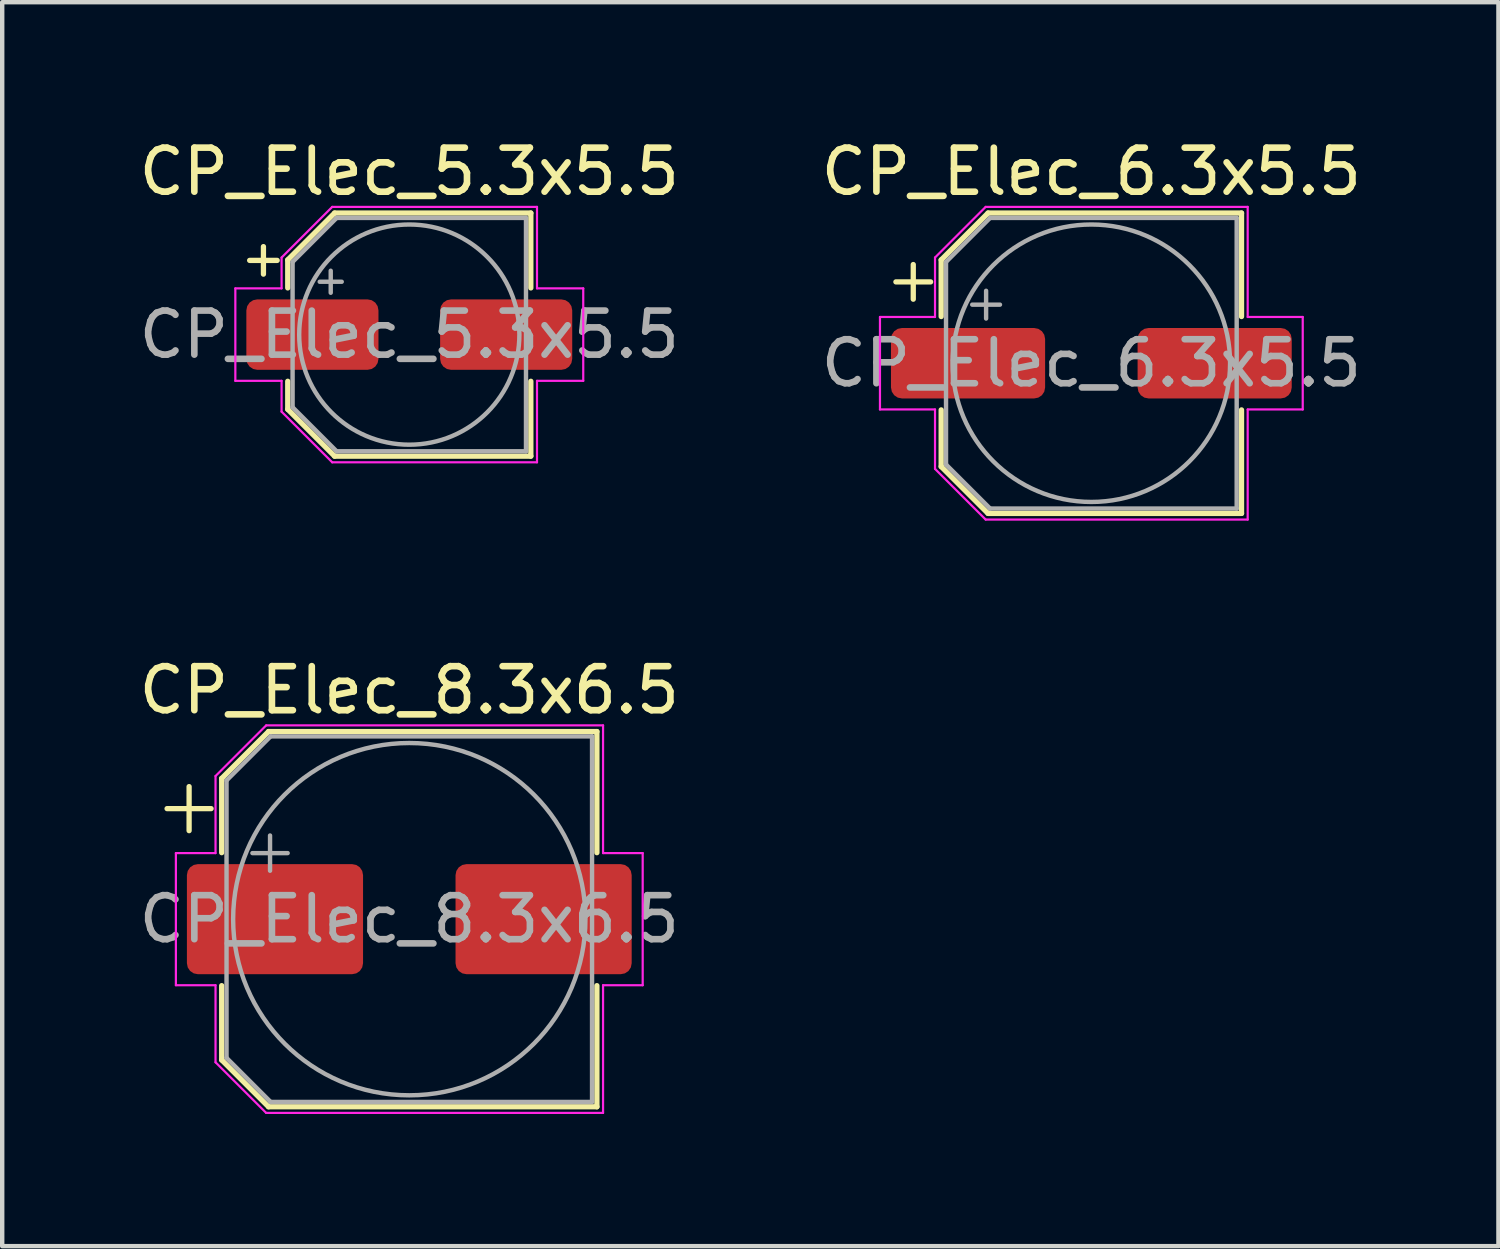
<source format=kicad_pcb>
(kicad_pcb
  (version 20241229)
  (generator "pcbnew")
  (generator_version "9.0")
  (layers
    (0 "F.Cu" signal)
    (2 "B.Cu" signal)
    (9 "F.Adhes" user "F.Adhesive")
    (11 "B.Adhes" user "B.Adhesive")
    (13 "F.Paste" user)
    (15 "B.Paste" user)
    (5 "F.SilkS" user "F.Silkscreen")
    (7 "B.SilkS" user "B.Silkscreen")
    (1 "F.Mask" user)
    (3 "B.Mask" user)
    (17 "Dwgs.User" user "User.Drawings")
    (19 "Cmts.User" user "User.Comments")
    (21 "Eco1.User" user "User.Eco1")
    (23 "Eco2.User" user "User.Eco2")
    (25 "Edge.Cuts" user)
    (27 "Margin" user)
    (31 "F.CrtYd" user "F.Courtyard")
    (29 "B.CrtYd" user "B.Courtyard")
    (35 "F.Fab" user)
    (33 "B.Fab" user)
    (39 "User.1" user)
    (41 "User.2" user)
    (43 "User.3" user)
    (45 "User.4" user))
  (footprint "CP_Elec_5.3x5.5"
    (layer "F.Cu")
    (at 6.244 4.548)
    (property "Reference" "CP_Elec_5.3x5.5" (at 0 -3.7 0) (layer "F.SilkS") (effects (font (size 1 1) (thickness 0.15))))
    (attr smd)
    (fp_line (start -3.625 -1.685) (end -3 -1.685) (stroke (width 0.12) (type solid)) (layer "F.SilkS"))
    (fp_line (start -3.312 -1.998) (end -3.312 -1.373) (stroke (width 0.12) (type solid)) (layer "F.SilkS"))
    (fp_line (start -2.76 -1.696) (end -2.76 -1.06) (stroke (width 0.12) (type solid)) (layer "F.SilkS"))
    (fp_line (start -2.76 -1.696) (end -1.696 -2.76) (stroke (width 0.12) (type solid)) (layer "F.SilkS"))
    (fp_line (start -2.76 1.696) (end -2.76 1.06) (stroke (width 0.12) (type solid)) (layer "F.SilkS"))
    (fp_line (start -2.76 1.696) (end -1.696 2.76) (stroke (width 0.12) (type solid)) (layer "F.SilkS"))
    (fp_line (start -1.696 -2.76) (end 2.76 -2.76) (stroke (width 0.12) (type solid)) (layer "F.SilkS"))
    (fp_line (start -1.696 2.76) (end 2.76 2.76) (stroke (width 0.12) (type solid)) (layer "F.SilkS"))
    (fp_line (start 2.76 -2.76) (end 2.76 -1.06) (stroke (width 0.12) (type solid)) (layer "F.SilkS"))
    (fp_line (start 2.76 2.76) (end 2.76 1.06) (stroke (width 0.12) (type solid)) (layer "F.SilkS"))
    (fp_line (start -3.95 -1.05) (end -3.95 1.05) (stroke (width 0.05) (type solid)) (layer "F.CrtYd"))
    (fp_line (start -3.95 1.05) (end -2.9 1.05) (stroke (width 0.05) (type solid)) (layer "F.CrtYd"))
    (fp_line (start -2.9 -1.75) (end -2.9 -1.05) (stroke (width 0.05) (type solid)) (layer "F.CrtYd"))
    (fp_line (start -2.9 -1.75) (end -1.75 -2.9) (stroke (width 0.05) (type solid)) (layer "F.CrtYd"))
    (fp_line (start -2.9 -1.05) (end -3.95 -1.05) (stroke (width 0.05) (type solid)) (layer "F.CrtYd"))
    (fp_line (start -2.9 1.05) (end -2.9 1.75) (stroke (width 0.05) (type solid)) (layer "F.CrtYd"))
    (fp_line (start -2.9 1.75) (end -1.75 2.9) (stroke (width 0.05) (type solid)) (layer "F.CrtYd"))
    (fp_line (start -1.75 -2.9) (end 2.9 -2.9) (stroke (width 0.05) (type solid)) (layer "F.CrtYd"))
    (fp_line (start -1.75 2.9) (end 2.9 2.9) (stroke (width 0.05) (type solid)) (layer "F.CrtYd"))
    (fp_line (start 2.9 -2.9) (end 2.9 -1.05) (stroke (width 0.05) (type solid)) (layer "F.CrtYd"))
    (fp_line (start 2.9 -1.05) (end 3.95 -1.05) (stroke (width 0.05) (type solid)) (layer "F.CrtYd"))
    (fp_line (start 2.9 1.05) (end 2.9 2.9) (stroke (width 0.05) (type solid)) (layer "F.CrtYd"))
    (fp_line (start 3.95 -1.05) (end 3.95 1.05) (stroke (width 0.05) (type solid)) (layer "F.CrtYd"))
    (fp_line (start 3.95 1.05) (end 2.9 1.05) (stroke (width 0.05) (type solid)) (layer "F.CrtYd"))
    (fp_line (start -2.65 -1.65) (end -2.65 1.65) (stroke (width 0.1) (type solid)) (layer "F.Fab"))
    (fp_line (start -2.65 -1.65) (end -1.65 -2.65) (stroke (width 0.1) (type solid)) (layer "F.Fab"))
    (fp_line (start -2.65 1.65) (end -1.65 2.65) (stroke (width 0.1) (type solid)) (layer "F.Fab"))
    (fp_line (start -2.034 -1.2) (end -1.534 -1.2) (stroke (width 0.1) (type solid)) (layer "F.Fab"))
    (fp_line (start -1.784 -1.45) (end -1.784 -0.95) (stroke (width 0.1) (type solid)) (layer "F.Fab"))
    (fp_line (start -1.65 -2.65) (end 2.65 -2.65) (stroke (width 0.1) (type solid)) (layer "F.Fab"))
    (fp_line (start -1.65 2.65) (end 2.65 2.65) (stroke (width 0.1) (type solid)) (layer "F.Fab"))
    (fp_line (start 2.65 -2.65) (end 2.65 2.65) (stroke (width 0.1) (type solid)) (layer "F.Fab"))
    (fp_circle (center 0 0) (end 2.5 0) (stroke (width 0.1) (type solid)) (fill no) (layer "F.Fab"))
    (fp_text user "${REFERENCE}" (at 0 0 0) (layer "F.Fab") (effects (font (size 1 1) (thickness 0.15))))
    (pad "1" smd roundrect (at -2.2 0) (size 3 1.6) (layers "F.Cu" "F.Mask" "F.Paste") (roundrect_rratio 0.156))
    (pad "2" smd roundrect (at 2.2 0) (size 3 1.6) (layers "F.Cu" "F.Mask" "F.Paste") (roundrect_rratio 0.156)))
  (footprint "CP_Elec_6.3x5.5"
    (layer "F.Cu")
    (at 21.732 5.198)
    (property "Reference" "CP_Elec_6.3x5.5" (at 0 -4.35 0) (layer "F.SilkS") (effects (font (size 1 1) (thickness 0.15))))
    (attr smd)
    (fp_line (start -4.438 -1.847) (end -3.65 -1.847) (stroke (width 0.12) (type solid)) (layer "F.SilkS"))
    (fp_line (start -4.044 -2.241) (end -4.044 -1.454) (stroke (width 0.12) (type solid)) (layer "F.SilkS"))
    (fp_line (start -3.41 -2.346) (end -3.41 -1.06) (stroke (width 0.12) (type solid)) (layer "F.SilkS"))
    (fp_line (start -3.41 -2.346) (end -2.346 -3.41) (stroke (width 0.12) (type solid)) (layer "F.SilkS"))
    (fp_line (start -3.41 2.346) (end -3.41 1.06) (stroke (width 0.12) (type solid)) (layer "F.SilkS"))
    (fp_line (start -3.41 2.346) (end -2.346 3.41) (stroke (width 0.12) (type solid)) (layer "F.SilkS"))
    (fp_line (start -2.346 -3.41) (end 3.41 -3.41) (stroke (width 0.12) (type solid)) (layer "F.SilkS"))
    (fp_line (start -2.346 3.41) (end 3.41 3.41) (stroke (width 0.12) (type solid)) (layer "F.SilkS"))
    (fp_line (start 3.41 -3.41) (end 3.41 -1.06) (stroke (width 0.12) (type solid)) (layer "F.SilkS"))
    (fp_line (start 3.41 3.41) (end 3.41 1.06) (stroke (width 0.12) (type solid)) (layer "F.SilkS"))
    (fp_line (start -4.8 -1.05) (end -4.8 1.05) (stroke (width 0.05) (type solid)) (layer "F.CrtYd"))
    (fp_line (start -4.8 1.05) (end -3.55 1.05) (stroke (width 0.05) (type solid)) (layer "F.CrtYd"))
    (fp_line (start -3.55 -2.4) (end -3.55 -1.05) (stroke (width 0.05) (type solid)) (layer "F.CrtYd"))
    (fp_line (start -3.55 -2.4) (end -2.4 -3.55) (stroke (width 0.05) (type solid)) (layer "F.CrtYd"))
    (fp_line (start -3.55 -1.05) (end -4.8 -1.05) (stroke (width 0.05) (type solid)) (layer "F.CrtYd"))
    (fp_line (start -3.55 1.05) (end -3.55 2.4) (stroke (width 0.05) (type solid)) (layer "F.CrtYd"))
    (fp_line (start -3.55 2.4) (end -2.4 3.55) (stroke (width 0.05) (type solid)) (layer "F.CrtYd"))
    (fp_line (start -2.4 -3.55) (end 3.55 -3.55) (stroke (width 0.05) (type solid)) (layer "F.CrtYd"))
    (fp_line (start -2.4 3.55) (end 3.55 3.55) (stroke (width 0.05) (type solid)) (layer "F.CrtYd"))
    (fp_line (start 3.55 -3.55) (end 3.55 -1.05) (stroke (width 0.05) (type solid)) (layer "F.CrtYd"))
    (fp_line (start 3.55 -1.05) (end 4.8 -1.05) (stroke (width 0.05) (type solid)) (layer "F.CrtYd"))
    (fp_line (start 3.55 1.05) (end 3.55 3.55) (stroke (width 0.05) (type solid)) (layer "F.CrtYd"))
    (fp_line (start 4.8 -1.05) (end 4.8 1.05) (stroke (width 0.05) (type solid)) (layer "F.CrtYd"))
    (fp_line (start 4.8 1.05) (end 3.55 1.05) (stroke (width 0.05) (type solid)) (layer "F.CrtYd"))
    (fp_line (start -3.3 -2.3) (end -3.3 2.3) (stroke (width 0.1) (type solid)) (layer "F.Fab"))
    (fp_line (start -3.3 -2.3) (end -2.3 -3.3) (stroke (width 0.1) (type solid)) (layer "F.Fab"))
    (fp_line (start -3.3 2.3) (end -2.3 3.3) (stroke (width 0.1) (type solid)) (layer "F.Fab"))
    (fp_line (start -2.705 -1.33) (end -2.075 -1.33) (stroke (width 0.1) (type solid)) (layer "F.Fab"))
    (fp_line (start -2.39 -1.645) (end -2.39 -1.015) (stroke (width 0.1) (type solid)) (layer "F.Fab"))
    (fp_line (start -2.3 -3.3) (end 3.3 -3.3) (stroke (width 0.1) (type solid)) (layer "F.Fab"))
    (fp_line (start -2.3 3.3) (end 3.3 3.3) (stroke (width 0.1) (type solid)) (layer "F.Fab"))
    (fp_line (start 3.3 -3.3) (end 3.3 3.3) (stroke (width 0.1) (type solid)) (layer "F.Fab"))
    (fp_circle (center 0 0) (end 3.15 0) (stroke (width 0.1) (type solid)) (fill no) (layer "F.Fab"))
    (fp_text user "${REFERENCE}" (at 0 0 0) (layer "F.Fab") (effects (font (size 1 1) (thickness 0.15))))
    (pad "1" smd roundrect (at -2.8 0) (size 3.5 1.6) (layers "F.Cu" "F.Mask" "F.Paste") (roundrect_rratio 0.156))
    (pad "2" smd roundrect (at 2.8 0) (size 3.5 1.6) (layers "F.Cu" "F.Mask" "F.Paste") (roundrect_rratio 0.156)))
  (footprint "CP_Elec_8.3x6.5"
    (layer "F.Cu")
    (at 6.244 17.822)
    (property "Reference" "CP_Elec_8.3x6.5" (at 0 -5.2 0) (layer "F.SilkS") (effects (font (size 1 1) (thickness 0.15))))
    (attr smd)
    (fp_line (start -5.5 -2.51) (end -4.5 -2.51) (stroke (width 0.12) (type solid)) (layer "F.SilkS"))
    (fp_line (start -5 -3.01) (end -5 -2.01) (stroke (width 0.12) (type solid)) (layer "F.SilkS"))
    (fp_line (start -4.26 -3.196) (end -4.26 -1.51) (stroke (width 0.12) (type solid)) (layer "F.SilkS"))
    (fp_line (start -4.26 -3.196) (end -3.196 -4.26) (stroke (width 0.12) (type solid)) (layer "F.SilkS"))
    (fp_line (start -4.26 3.196) (end -4.26 1.51) (stroke (width 0.12) (type solid)) (layer "F.SilkS"))
    (fp_line (start -4.26 3.196) (end -3.196 4.26) (stroke (width 0.12) (type solid)) (layer "F.SilkS"))
    (fp_line (start -3.196 -4.26) (end 4.26 -4.26) (stroke (width 0.12) (type solid)) (layer "F.SilkS"))
    (fp_line (start -3.196 4.26) (end 4.26 4.26) (stroke (width 0.12) (type solid)) (layer "F.SilkS"))
    (fp_line (start 4.26 -4.26) (end 4.26 -1.51) (stroke (width 0.12) (type solid)) (layer "F.SilkS"))
    (fp_line (start 4.26 4.26) (end 4.26 1.51) (stroke (width 0.12) (type solid)) (layer "F.SilkS"))
    (fp_line (start -5.3 -1.5) (end -5.3 1.5) (stroke (width 0.05) (type solid)) (layer "F.CrtYd"))
    (fp_line (start -5.3 1.5) (end -4.4 1.5) (stroke (width 0.05) (type solid)) (layer "F.CrtYd"))
    (fp_line (start -4.4 -3.25) (end -4.4 -1.5) (stroke (width 0.05) (type solid)) (layer "F.CrtYd"))
    (fp_line (start -4.4 -3.25) (end -3.25 -4.4) (stroke (width 0.05) (type solid)) (layer "F.CrtYd"))
    (fp_line (start -4.4 -1.5) (end -5.3 -1.5) (stroke (width 0.05) (type solid)) (layer "F.CrtYd"))
    (fp_line (start -4.4 1.5) (end -4.4 3.25) (stroke (width 0.05) (type solid)) (layer "F.CrtYd"))
    (fp_line (start -4.4 3.25) (end -3.25 4.4) (stroke (width 0.05) (type solid)) (layer "F.CrtYd"))
    (fp_line (start -3.25 -4.4) (end 4.4 -4.4) (stroke (width 0.05) (type solid)) (layer "F.CrtYd"))
    (fp_line (start -3.25 4.4) (end 4.4 4.4) (stroke (width 0.05) (type solid)) (layer "F.CrtYd"))
    (fp_line (start 4.4 -4.4) (end 4.4 -1.5) (stroke (width 0.05) (type solid)) (layer "F.CrtYd"))
    (fp_line (start 4.4 -1.5) (end 5.3 -1.5) (stroke (width 0.05) (type solid)) (layer "F.CrtYd"))
    (fp_line (start 4.4 1.5) (end 4.4 4.4) (stroke (width 0.05) (type solid)) (layer "F.CrtYd"))
    (fp_line (start 5.3 -1.5) (end 5.3 1.5) (stroke (width 0.05) (type solid)) (layer "F.CrtYd"))
    (fp_line (start 5.3 1.5) (end 4.4 1.5) (stroke (width 0.05) (type solid)) (layer "F.CrtYd"))
    (fp_line (start -4.15 -3.15) (end -4.15 3.15) (stroke (width 0.1) (type solid)) (layer "F.Fab"))
    (fp_line (start -4.15 -3.15) (end -3.15 -4.15) (stroke (width 0.1) (type solid)) (layer "F.Fab"))
    (fp_line (start -4.15 3.15) (end -3.15 4.15) (stroke (width 0.1) (type solid)) (layer "F.Fab"))
    (fp_line (start -3.562 -1.5) (end -2.762 -1.5) (stroke (width 0.1) (type solid)) (layer "F.Fab"))
    (fp_line (start -3.162 -1.9) (end -3.162 -1.1) (stroke (width 0.1) (type solid)) (layer "F.Fab"))
    (fp_line (start -3.15 -4.15) (end 4.15 -4.15) (stroke (width 0.1) (type solid)) (layer "F.Fab"))
    (fp_line (start -3.15 4.15) (end 4.15 4.15) (stroke (width 0.1) (type solid)) (layer "F.Fab"))
    (fp_line (start 4.15 -4.15) (end 4.15 4.15) (stroke (width 0.1) (type solid)) (layer "F.Fab"))
    (fp_circle (center 0 0) (end 4 0) (stroke (width 0.1) (type solid)) (fill no) (layer "F.Fab"))
    (fp_text user "${REFERENCE}" (at 0 0 0) (layer "F.Fab") (effects (font (size 1 1) (thickness 0.15))))
    (pad "1" smd roundrect (at -3.05 0) (size 4 2.5) (layers "F.Cu" "F.Mask" "F.Paste") (roundrect_rratio 0.1))
    (pad "2" smd roundrect (at 3.05 0) (size 4 2.5) (layers "F.Cu" "F.Mask" "F.Paste") (roundrect_rratio 0.1)))
  (gr_rect
    (start -3 -3)
    (end 30.976 25.247)
    (stroke (width 0.1) (type default))
    (fill no)
    (layer "Edge.Cuts")))
</source>
